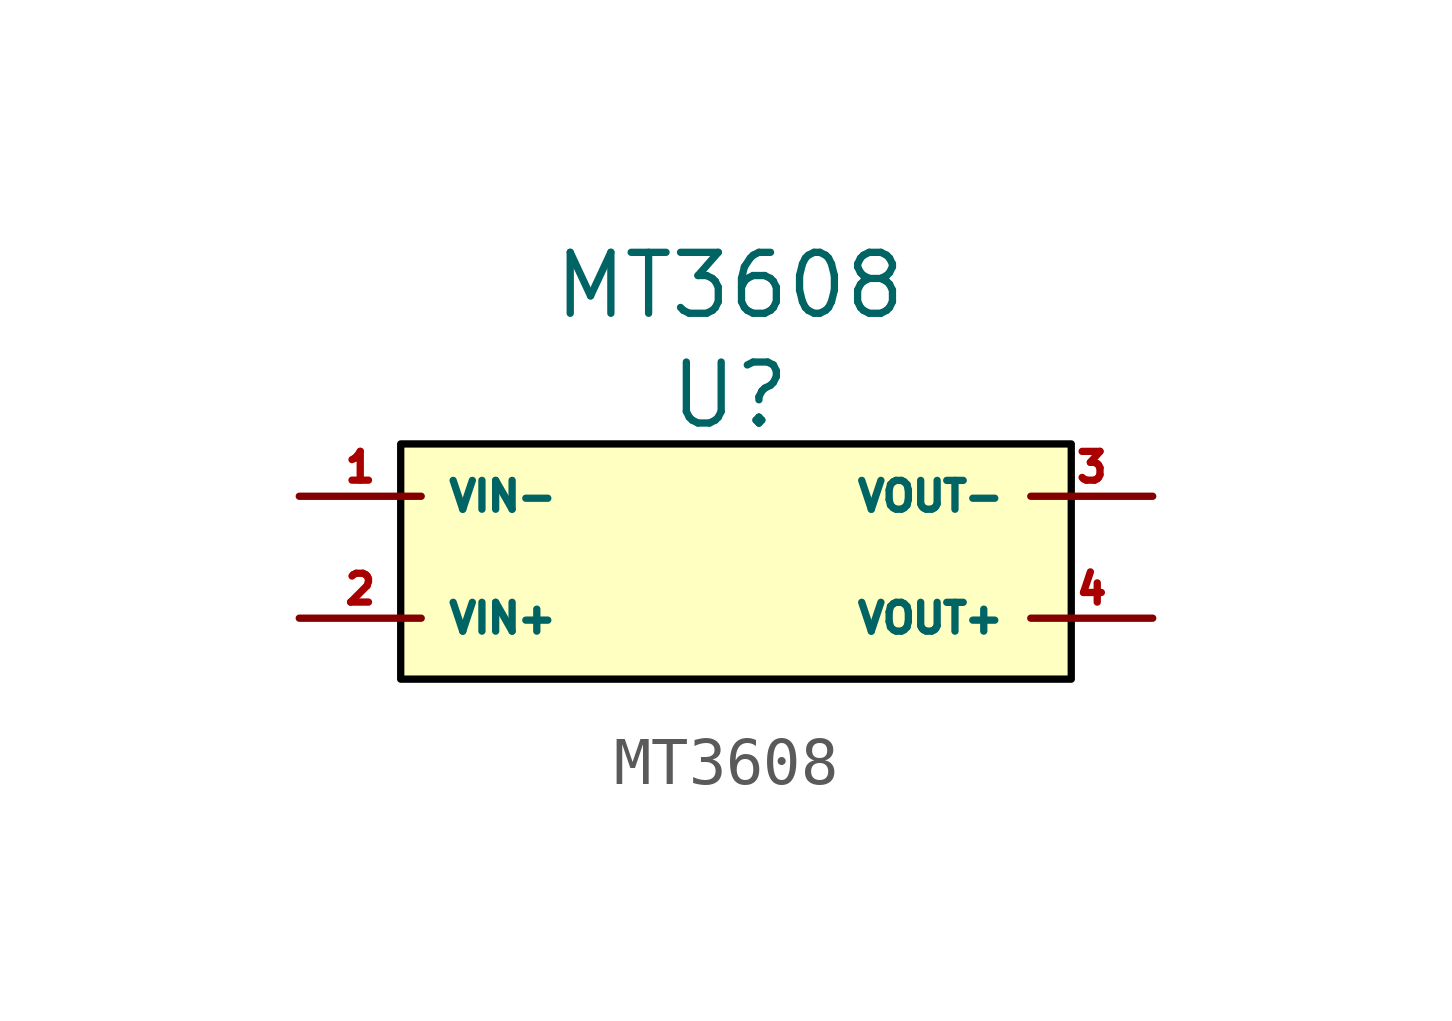
<source format=kicad_sym>
(kicad_symbol_lib
  (version 20241209)
  (generator "kicad_symbol_editor")
  (generator_version "9.0")
  (symbol "MT3608"
    (property "Reference" "U"
      (at 0.081 0.836 0)
      (effects (font (size 1.27 1.27))))
    (property "Value" "MT3608"
      (at 0.081 3.122 0)
      (effects (font (size 1.27 1.27))))
    (symbol "MT3608_1_1"
      (rectangle (start -6.777 -0.18) (end 7.193 -5.08) (stroke (width 0) (type default) (color 0 0 0 1)) (fill (type background)))
      (pin input line (at -8.89 -1.27 0) (length 2.54) (name "VIN-" (effects (font (size 0.6 0.6)))) (number "1" (effects (font (size 0.6 0.6)))))
      (pin input line (at -8.89 -3.81 0) (length 2.54) (name "VIN+" (effects (font (size 0.6 0.6)))) (number "2" (effects (font (size 0.6 0.6)))))
      (pin output line (at 8.89 -1.27 180) (length 2.54) (name "VOUT-" (effects (font (size 0.6 0.6)))) (number "3" (effects (font (size 0.6 0.6)))))
      (pin output line (at 8.89 -3.81 180) (length 2.54) (name "VOUT+" (effects (font (size 0.6 0.6)))) (number "4" (effects (font (size 0.6 0.6))))))))
</source>
